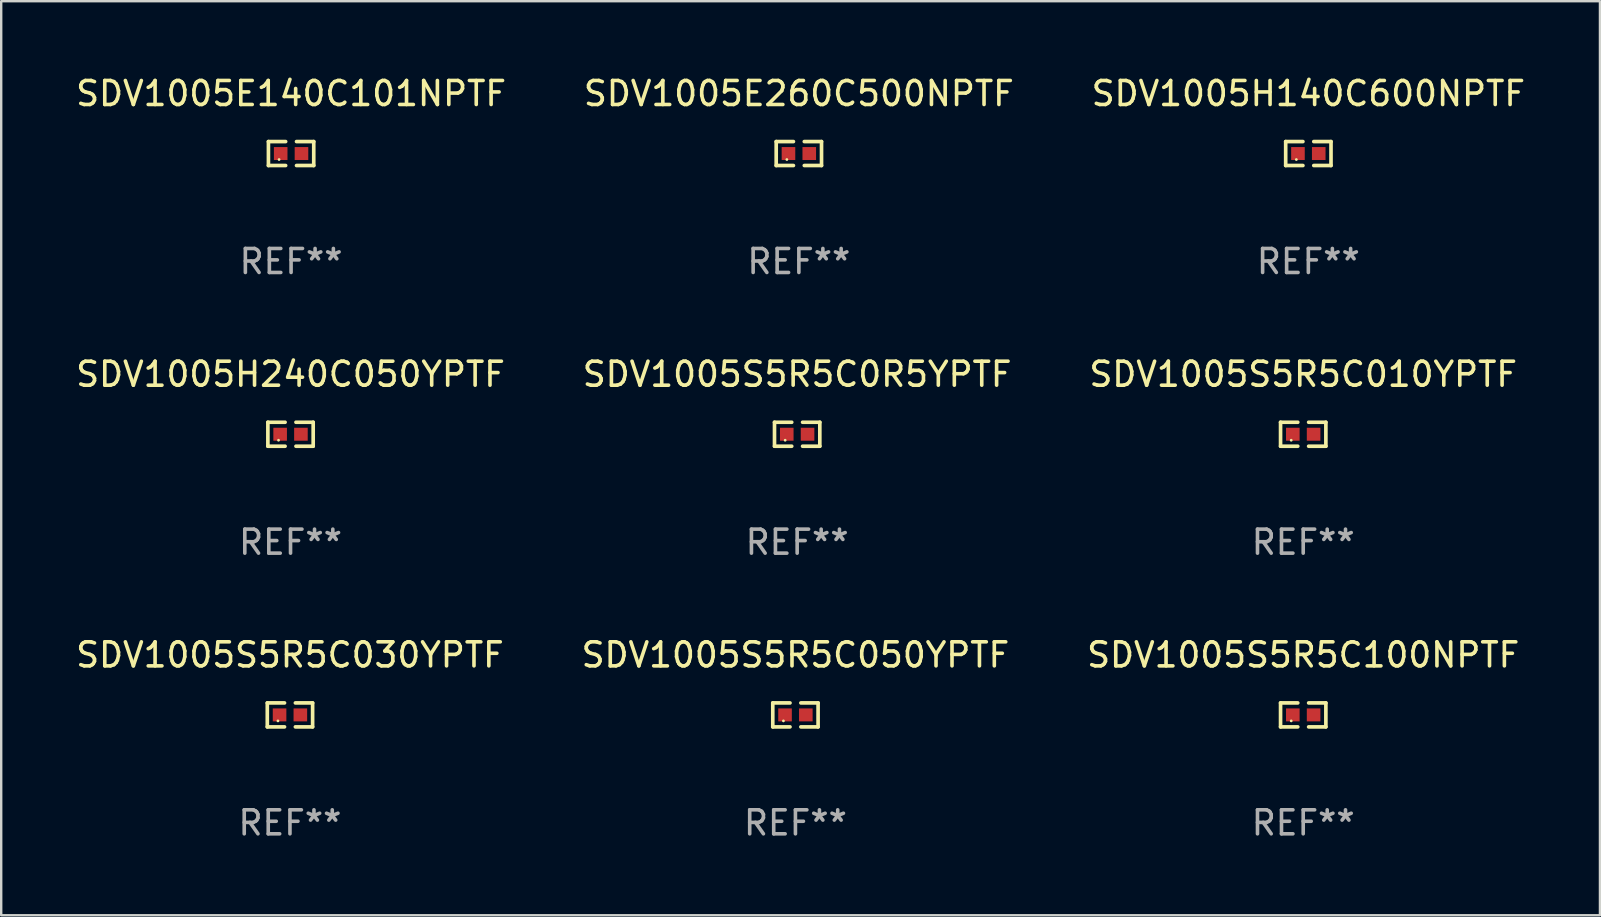
<source format=kicad_pcb>
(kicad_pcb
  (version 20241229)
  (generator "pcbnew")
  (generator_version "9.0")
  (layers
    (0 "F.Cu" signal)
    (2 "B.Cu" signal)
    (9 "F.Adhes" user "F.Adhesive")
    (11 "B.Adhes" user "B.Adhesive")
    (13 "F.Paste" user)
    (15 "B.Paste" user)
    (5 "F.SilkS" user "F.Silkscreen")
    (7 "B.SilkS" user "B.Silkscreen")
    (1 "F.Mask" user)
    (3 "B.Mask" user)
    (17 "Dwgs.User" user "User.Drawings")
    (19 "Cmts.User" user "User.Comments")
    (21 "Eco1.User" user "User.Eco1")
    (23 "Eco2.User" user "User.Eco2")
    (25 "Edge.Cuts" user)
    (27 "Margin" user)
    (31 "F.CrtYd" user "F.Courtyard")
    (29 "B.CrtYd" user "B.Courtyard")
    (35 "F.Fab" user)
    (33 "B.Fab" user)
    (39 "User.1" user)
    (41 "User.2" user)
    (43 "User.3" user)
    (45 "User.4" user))
  (footprint "SDV1005E140C101NPTF"
    (layer "F.Cu")
    (at 9.077 3.347)
    (property "Reference" "SDV1005E140C101NPTF" (at 0 -2.499 0) (layer "F.SilkS") (effects (font (size 1 1) (thickness 0.15))))
    (attr through_hole)
    (fp_line (start -0.944 -0.499) (end -0.226 -0.499) (stroke (width 0.152) (type solid)) (layer "F.SilkS"))
    (fp_line (start -0.944 0.499) (end -0.944 -0.499) (stroke (width 0.152) (type solid)) (layer "F.SilkS"))
    (fp_line (start -0.226 0.499) (end -0.944 0.499) (stroke (width 0.152) (type solid)) (layer "F.SilkS"))
    (fp_line (start 0.226 0.499) (end 0.944 0.499) (stroke (width 0.152) (type solid)) (layer "F.SilkS"))
    (fp_line (start 0.944 -0.499) (end 0.226 -0.499) (stroke (width 0.152) (type solid)) (layer "F.SilkS"))
    (fp_line (start 0.944 0.499) (end 0.944 -0.499) (stroke (width 0.152) (type solid)) (layer "F.SilkS"))
    (fp_circle (center -0.5 0.25) (end -0.47 0.25) (stroke (width 0.06) (type solid)) (fill no) (layer "F.SilkS"))
    (fp_text user "REF**" (at 0 4.499 0) (layer "F.Fab") (effects (font (size 1 1) (thickness 0.15))))
    (pad "1" smd rect (at -0.433 0) (size 0.566 0.54) (layers "F.Cu" "F.Mask" "F.Paste"))
    (pad "2" smd rect (at 0.433 0) (size 0.566 0.54) (layers "F.Cu" "F.Mask" "F.Paste")))
  (footprint "SDV1005H240C050YPTF"
    (layer "F.Cu")
    (at 9.054 15.041)
    (property "Reference" "SDV1005H240C050YPTF" (at 0 -2.499 0) (layer "F.SilkS") (effects (font (size 1 1) (thickness 0.15))))
    (attr through_hole)
    (fp_line (start -0.944 -0.499) (end -0.226 -0.499) (stroke (width 0.152) (type solid)) (layer "F.SilkS"))
    (fp_line (start -0.944 0.499) (end -0.944 -0.499) (stroke (width 0.152) (type solid)) (layer "F.SilkS"))
    (fp_line (start -0.226 0.499) (end -0.944 0.499) (stroke (width 0.152) (type solid)) (layer "F.SilkS"))
    (fp_line (start 0.226 0.499) (end 0.944 0.499) (stroke (width 0.152) (type solid)) (layer "F.SilkS"))
    (fp_line (start 0.944 -0.499) (end 0.226 -0.499) (stroke (width 0.152) (type solid)) (layer "F.SilkS"))
    (fp_line (start 0.944 0.499) (end 0.944 -0.499) (stroke (width 0.152) (type solid)) (layer "F.SilkS"))
    (fp_circle (center -0.5 0.25) (end -0.47 0.25) (stroke (width 0.06) (type solid)) (fill no) (layer "F.SilkS"))
    (fp_text user "REF**" (at 0 4.499 0) (layer "F.Fab") (effects (font (size 1 1) (thickness 0.15))))
    (pad "1" smd rect (at -0.433 0) (size 0.566 0.54) (layers "F.Cu" "F.Mask" "F.Paste"))
    (pad "2" smd rect (at 0.433 0) (size 0.566 0.54) (layers "F.Cu" "F.Mask" "F.Paste")))
  (footprint "SDV1005S5R5C010YPTF"
    (layer "F.Cu")
    (at 51.244 15.041)
    (property "Reference" "SDV1005S5R5C010YPTF" (at 0 -2.499 0) (layer "F.SilkS") (effects (font (size 1 1) (thickness 0.15))))
    (attr through_hole)
    (fp_line (start -0.944 -0.499) (end -0.226 -0.499) (stroke (width 0.152) (type solid)) (layer "F.SilkS"))
    (fp_line (start -0.944 0.499) (end -0.944 -0.499) (stroke (width 0.152) (type solid)) (layer "F.SilkS"))
    (fp_line (start -0.226 0.499) (end -0.944 0.499) (stroke (width 0.152) (type solid)) (layer "F.SilkS"))
    (fp_line (start 0.226 0.499) (end 0.944 0.499) (stroke (width 0.152) (type solid)) (layer "F.SilkS"))
    (fp_line (start 0.944 -0.499) (end 0.226 -0.499) (stroke (width 0.152) (type solid)) (layer "F.SilkS"))
    (fp_line (start 0.944 0.499) (end 0.944 -0.499) (stroke (width 0.152) (type solid)) (layer "F.SilkS"))
    (fp_circle (center -0.5 0.25) (end -0.47 0.25) (stroke (width 0.06) (type solid)) (fill no) (layer "F.SilkS"))
    (fp_text user "REF**" (at 0 4.499 0) (layer "F.Fab") (effects (font (size 1 1) (thickness 0.15))))
    (pad "1" smd rect (at -0.433 0) (size 0.566 0.54) (layers "F.Cu" "F.Mask" "F.Paste"))
    (pad "2" smd rect (at 0.433 0) (size 0.566 0.54) (layers "F.Cu" "F.Mask" "F.Paste")))
  (footprint "SDV1005S5R5C050YPTF"
    (layer "F.Cu")
    (at 30.089 26.734)
    (property "Reference" "SDV1005S5R5C050YPTF" (at 0 -2.499 0) (layer "F.SilkS") (effects (font (size 1 1) (thickness 0.15))))
    (attr through_hole)
    (fp_line (start -0.944 -0.499) (end -0.226 -0.499) (stroke (width 0.152) (type solid)) (layer "F.SilkS"))
    (fp_line (start -0.944 0.499) (end -0.944 -0.499) (stroke (width 0.152) (type solid)) (layer "F.SilkS"))
    (fp_line (start -0.226 0.499) (end -0.944 0.499) (stroke (width 0.152) (type solid)) (layer "F.SilkS"))
    (fp_line (start 0.226 0.499) (end 0.944 0.499) (stroke (width 0.152) (type solid)) (layer "F.SilkS"))
    (fp_line (start 0.944 -0.499) (end 0.226 -0.499) (stroke (width 0.152) (type solid)) (layer "F.SilkS"))
    (fp_line (start 0.944 0.499) (end 0.944 -0.499) (stroke (width 0.152) (type solid)) (layer "F.SilkS"))
    (fp_circle (center -0.5 0.25) (end -0.47 0.25) (stroke (width 0.06) (type solid)) (fill no) (layer "F.SilkS"))
    (fp_text user "REF**" (at 0 4.499 0) (layer "F.Fab") (effects (font (size 1 1) (thickness 0.15))))
    (pad "1" smd rect (at -0.433 0) (size 0.566 0.54) (layers "F.Cu" "F.Mask" "F.Paste"))
    (pad "2" smd rect (at 0.433 0) (size 0.566 0.54) (layers "F.Cu" "F.Mask" "F.Paste")))
  (footprint "SDV1005S5R5C100NPTF"
    (layer "F.Cu")
    (at 51.244 26.734)
    (property "Reference" "SDV1005S5R5C100NPTF" (at 0 -2.499 0) (layer "F.SilkS") (effects (font (size 1 1) (thickness 0.15))))
    (attr through_hole)
    (fp_line (start -0.944 -0.499) (end -0.226 -0.499) (stroke (width 0.152) (type solid)) (layer "F.SilkS"))
    (fp_line (start -0.944 0.499) (end -0.944 -0.499) (stroke (width 0.152) (type solid)) (layer "F.SilkS"))
    (fp_line (start -0.226 0.499) (end -0.944 0.499) (stroke (width 0.152) (type solid)) (layer "F.SilkS"))
    (fp_line (start 0.226 0.499) (end 0.944 0.499) (stroke (width 0.152) (type solid)) (layer "F.SilkS"))
    (fp_line (start 0.944 -0.499) (end 0.226 -0.499) (stroke (width 0.152) (type solid)) (layer "F.SilkS"))
    (fp_line (start 0.944 0.499) (end 0.944 -0.499) (stroke (width 0.152) (type solid)) (layer "F.SilkS"))
    (fp_circle (center -0.5 0.25) (end -0.47 0.25) (stroke (width 0.06) (type solid)) (fill no) (layer "F.SilkS"))
    (fp_text user "REF**" (at 0 4.499 0) (layer "F.Fab") (effects (font (size 1 1) (thickness 0.15))))
    (pad "1" smd rect (at -0.433 0) (size 0.566 0.54) (layers "F.Cu" "F.Mask" "F.Paste"))
    (pad "2" smd rect (at 0.433 0) (size 0.566 0.54) (layers "F.Cu" "F.Mask" "F.Paste")))
  (footprint "SDV1005S5R5C0R5YPTF"
    (layer "F.Cu")
    (at 30.161 15.041)
    (property "Reference" "SDV1005S5R5C0R5YPTF" (at 0 -2.499 0) (layer "F.SilkS") (effects (font (size 1 1) (thickness 0.15))))
    (attr through_hole)
    (fp_line (start -0.944 -0.499) (end -0.226 -0.499) (stroke (width 0.152) (type solid)) (layer "F.SilkS"))
    (fp_line (start -0.944 0.499) (end -0.944 -0.499) (stroke (width 0.152) (type solid)) (layer "F.SilkS"))
    (fp_line (start -0.226 0.499) (end -0.944 0.499) (stroke (width 0.152) (type solid)) (layer "F.SilkS"))
    (fp_line (start 0.226 0.499) (end 0.944 0.499) (stroke (width 0.152) (type solid)) (layer "F.SilkS"))
    (fp_line (start 0.944 -0.499) (end 0.226 -0.499) (stroke (width 0.152) (type solid)) (layer "F.SilkS"))
    (fp_line (start 0.944 0.499) (end 0.944 -0.499) (stroke (width 0.152) (type solid)) (layer "F.SilkS"))
    (fp_circle (center -0.5 0.25) (end -0.47 0.25) (stroke (width 0.06) (type solid)) (fill no) (layer "F.SilkS"))
    (fp_text user "REF**" (at 0 4.499 0) (layer "F.Fab") (effects (font (size 1 1) (thickness 0.15))))
    (pad "1" smd rect (at -0.433 0) (size 0.566 0.54) (layers "F.Cu" "F.Mask" "F.Paste"))
    (pad "2" smd rect (at 0.433 0) (size 0.566 0.54) (layers "F.Cu" "F.Mask" "F.Paste")))
  (footprint "SDV1005H140C600NPTF"
    (layer "F.Cu")
    (at 51.458 3.347)
    (property "Reference" "SDV1005H140C600NPTF" (at 0 -2.499 0) (layer "F.SilkS") (effects (font (size 1 1) (thickness 0.15))))
    (attr through_hole)
    (fp_line (start -0.944 -0.499) (end -0.226 -0.499) (stroke (width 0.152) (type solid)) (layer "F.SilkS"))
    (fp_line (start -0.944 0.499) (end -0.944 -0.499) (stroke (width 0.152) (type solid)) (layer "F.SilkS"))
    (fp_line (start -0.226 0.499) (end -0.944 0.499) (stroke (width 0.152) (type solid)) (layer "F.SilkS"))
    (fp_line (start 0.226 0.499) (end 0.944 0.499) (stroke (width 0.152) (type solid)) (layer "F.SilkS"))
    (fp_line (start 0.944 -0.499) (end 0.226 -0.499) (stroke (width 0.152) (type solid)) (layer "F.SilkS"))
    (fp_line (start 0.944 0.499) (end 0.944 -0.499) (stroke (width 0.152) (type solid)) (layer "F.SilkS"))
    (fp_circle (center -0.5 0.25) (end -0.47 0.25) (stroke (width 0.06) (type solid)) (fill no) (layer "F.SilkS"))
    (fp_text user "REF**" (at 0 4.499 0) (layer "F.Fab") (effects (font (size 1 1) (thickness 0.15))))
    (pad "1" smd rect (at -0.433 0) (size 0.566 0.54) (layers "F.Cu" "F.Mask" "F.Paste"))
    (pad "2" smd rect (at 0.433 0) (size 0.566 0.54) (layers "F.Cu" "F.Mask" "F.Paste")))
  (footprint "SDV1005S5R5C030YPTF"
    (layer "F.Cu")
    (at 9.03 26.734)
    (property "Reference" "SDV1005S5R5C030YPTF" (at 0 -2.499 0) (layer "F.SilkS") (effects (font (size 1 1) (thickness 0.15))))
    (attr through_hole)
    (fp_line (start -0.944 -0.499) (end -0.226 -0.499) (stroke (width 0.152) (type solid)) (layer "F.SilkS"))
    (fp_line (start -0.944 0.499) (end -0.944 -0.499) (stroke (width 0.152) (type solid)) (layer "F.SilkS"))
    (fp_line (start -0.226 0.499) (end -0.944 0.499) (stroke (width 0.152) (type solid)) (layer "F.SilkS"))
    (fp_line (start 0.226 0.499) (end 0.944 0.499) (stroke (width 0.152) (type solid)) (layer "F.SilkS"))
    (fp_line (start 0.944 -0.499) (end 0.226 -0.499) (stroke (width 0.152) (type solid)) (layer "F.SilkS"))
    (fp_line (start 0.944 0.499) (end 0.944 -0.499) (stroke (width 0.152) (type solid)) (layer "F.SilkS"))
    (fp_circle (center -0.5 0.25) (end -0.47 0.25) (stroke (width 0.06) (type solid)) (fill no) (layer "F.SilkS"))
    (fp_text user "REF**" (at 0 4.499 0) (layer "F.Fab") (effects (font (size 1 1) (thickness 0.15))))
    (pad "1" smd rect (at -0.433 0) (size 0.566 0.54) (layers "F.Cu" "F.Mask" "F.Paste"))
    (pad "2" smd rect (at 0.433 0) (size 0.566 0.54) (layers "F.Cu" "F.Mask" "F.Paste")))
  (footprint "SDV1005E260C500NPTF"
    (layer "F.Cu")
    (at 30.232 3.347)
    (property "Reference" "SDV1005E260C500NPTF" (at 0 -2.499 0) (layer "F.SilkS") (effects (font (size 1 1) (thickness 0.15))))
    (attr through_hole)
    (fp_line (start -0.944 -0.499) (end -0.226 -0.499) (stroke (width 0.152) (type solid)) (layer "F.SilkS"))
    (fp_line (start -0.944 0.499) (end -0.944 -0.499) (stroke (width 0.152) (type solid)) (layer "F.SilkS"))
    (fp_line (start -0.226 0.499) (end -0.944 0.499) (stroke (width 0.152) (type solid)) (layer "F.SilkS"))
    (fp_line (start 0.226 0.499) (end 0.944 0.499) (stroke (width 0.152) (type solid)) (layer "F.SilkS"))
    (fp_line (start 0.944 -0.499) (end 0.226 -0.499) (stroke (width 0.152) (type solid)) (layer "F.SilkS"))
    (fp_line (start 0.944 0.499) (end 0.944 -0.499) (stroke (width 0.152) (type solid)) (layer "F.SilkS"))
    (fp_circle (center -0.5 0.25) (end -0.47 0.25) (stroke (width 0.06) (type solid)) (fill no) (layer "F.SilkS"))
    (fp_text user "REF**" (at 0 4.499 0) (layer "F.Fab") (effects (font (size 1 1) (thickness 0.15))))
    (pad "1" smd rect (at -0.433 0) (size 0.566 0.54) (layers "F.Cu" "F.Mask" "F.Paste"))
    (pad "2" smd rect (at 0.433 0) (size 0.566 0.54) (layers "F.Cu" "F.Mask" "F.Paste")))
  (gr_rect
    (start -3 -3)
    (end 63.607 35.081)
    (stroke (width 0.1) (type default))
    (fill no)
    (layer "Edge.Cuts")))
</source>
